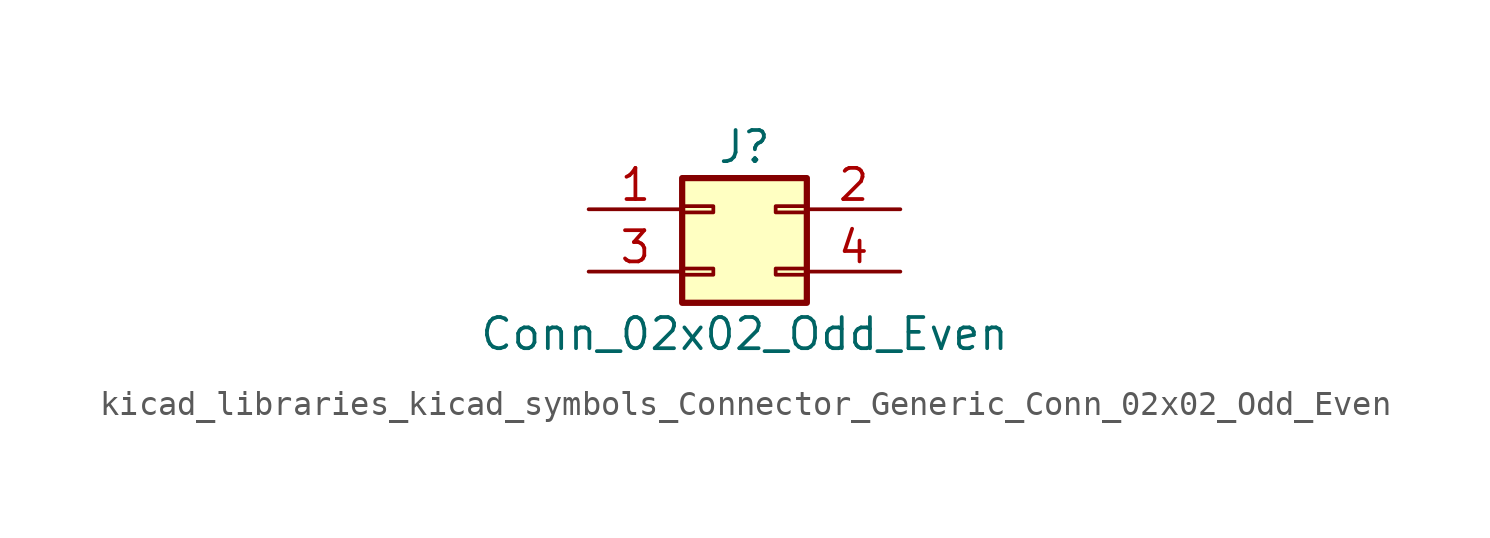
<source format=kicad_sym>
(kicad_symbol_lib
  (version 20220914)
  (generator kicad_symbol_editor)
  (symbol "kicad_libraries_kicad_symbols_Connector_Generic_Conn_02x02_Odd_Even"
    (pin_names
      (offset 1.016) hide)
    (property "Reference" "J"
      (at 1.27 2.54 0)
      (effects (font (size 1.27 1.27))))
    (property "Value" "Conn_02x02_Odd_Even"
      (at 1.27 -5.08 0)
      (effects (font (size 1.27 1.27))))
    (symbol "kicad_libraries_kicad_symbols_Connector_Generic_Conn_02x02_Odd_Even_1_1"
      (rectangle (start -1.27 -2.413) (end 0 -2.667) (stroke (width 0.152) (type default)) (fill (type none)))
      (rectangle (start -1.27 0.127) (end 0 -0.127) (stroke (width 0.152) (type default)) (fill (type none)))
      (rectangle (start -1.27 1.27) (end 3.81 -3.81) (stroke (width 0.254) (type default)) (fill (type background)))
      (rectangle (start 3.81 -2.413) (end 2.54 -2.667) (stroke (width 0.152) (type default)) (fill (type none)))
      (rectangle (start 3.81 0.127) (end 2.54 -0.127) (stroke (width 0.152) (type default)) (fill (type none)))
      (pin passive line (at -5.08 0 0) (length 3.81) (name "Pin_1" (effects (font (size 1.27 1.27)))) (number "1" (effects (font (size 1.27 1.27)))))
      (pin passive line (at 7.62 0 180) (length 3.81) (name "Pin_2" (effects (font (size 1.27 1.27)))) (number "2" (effects (font (size 1.27 1.27)))))
      (pin passive line (at -5.08 -2.54 0) (length 3.81) (name "Pin_3" (effects (font (size 1.27 1.27)))) (number "3" (effects (font (size 1.27 1.27)))))
      (pin passive line (at 7.62 -2.54 180) (length 3.81) (name "Pin_4" (effects (font (size 1.27 1.27)))) (number "4" (effects (font (size 1.27 1.27))))))))
</source>
